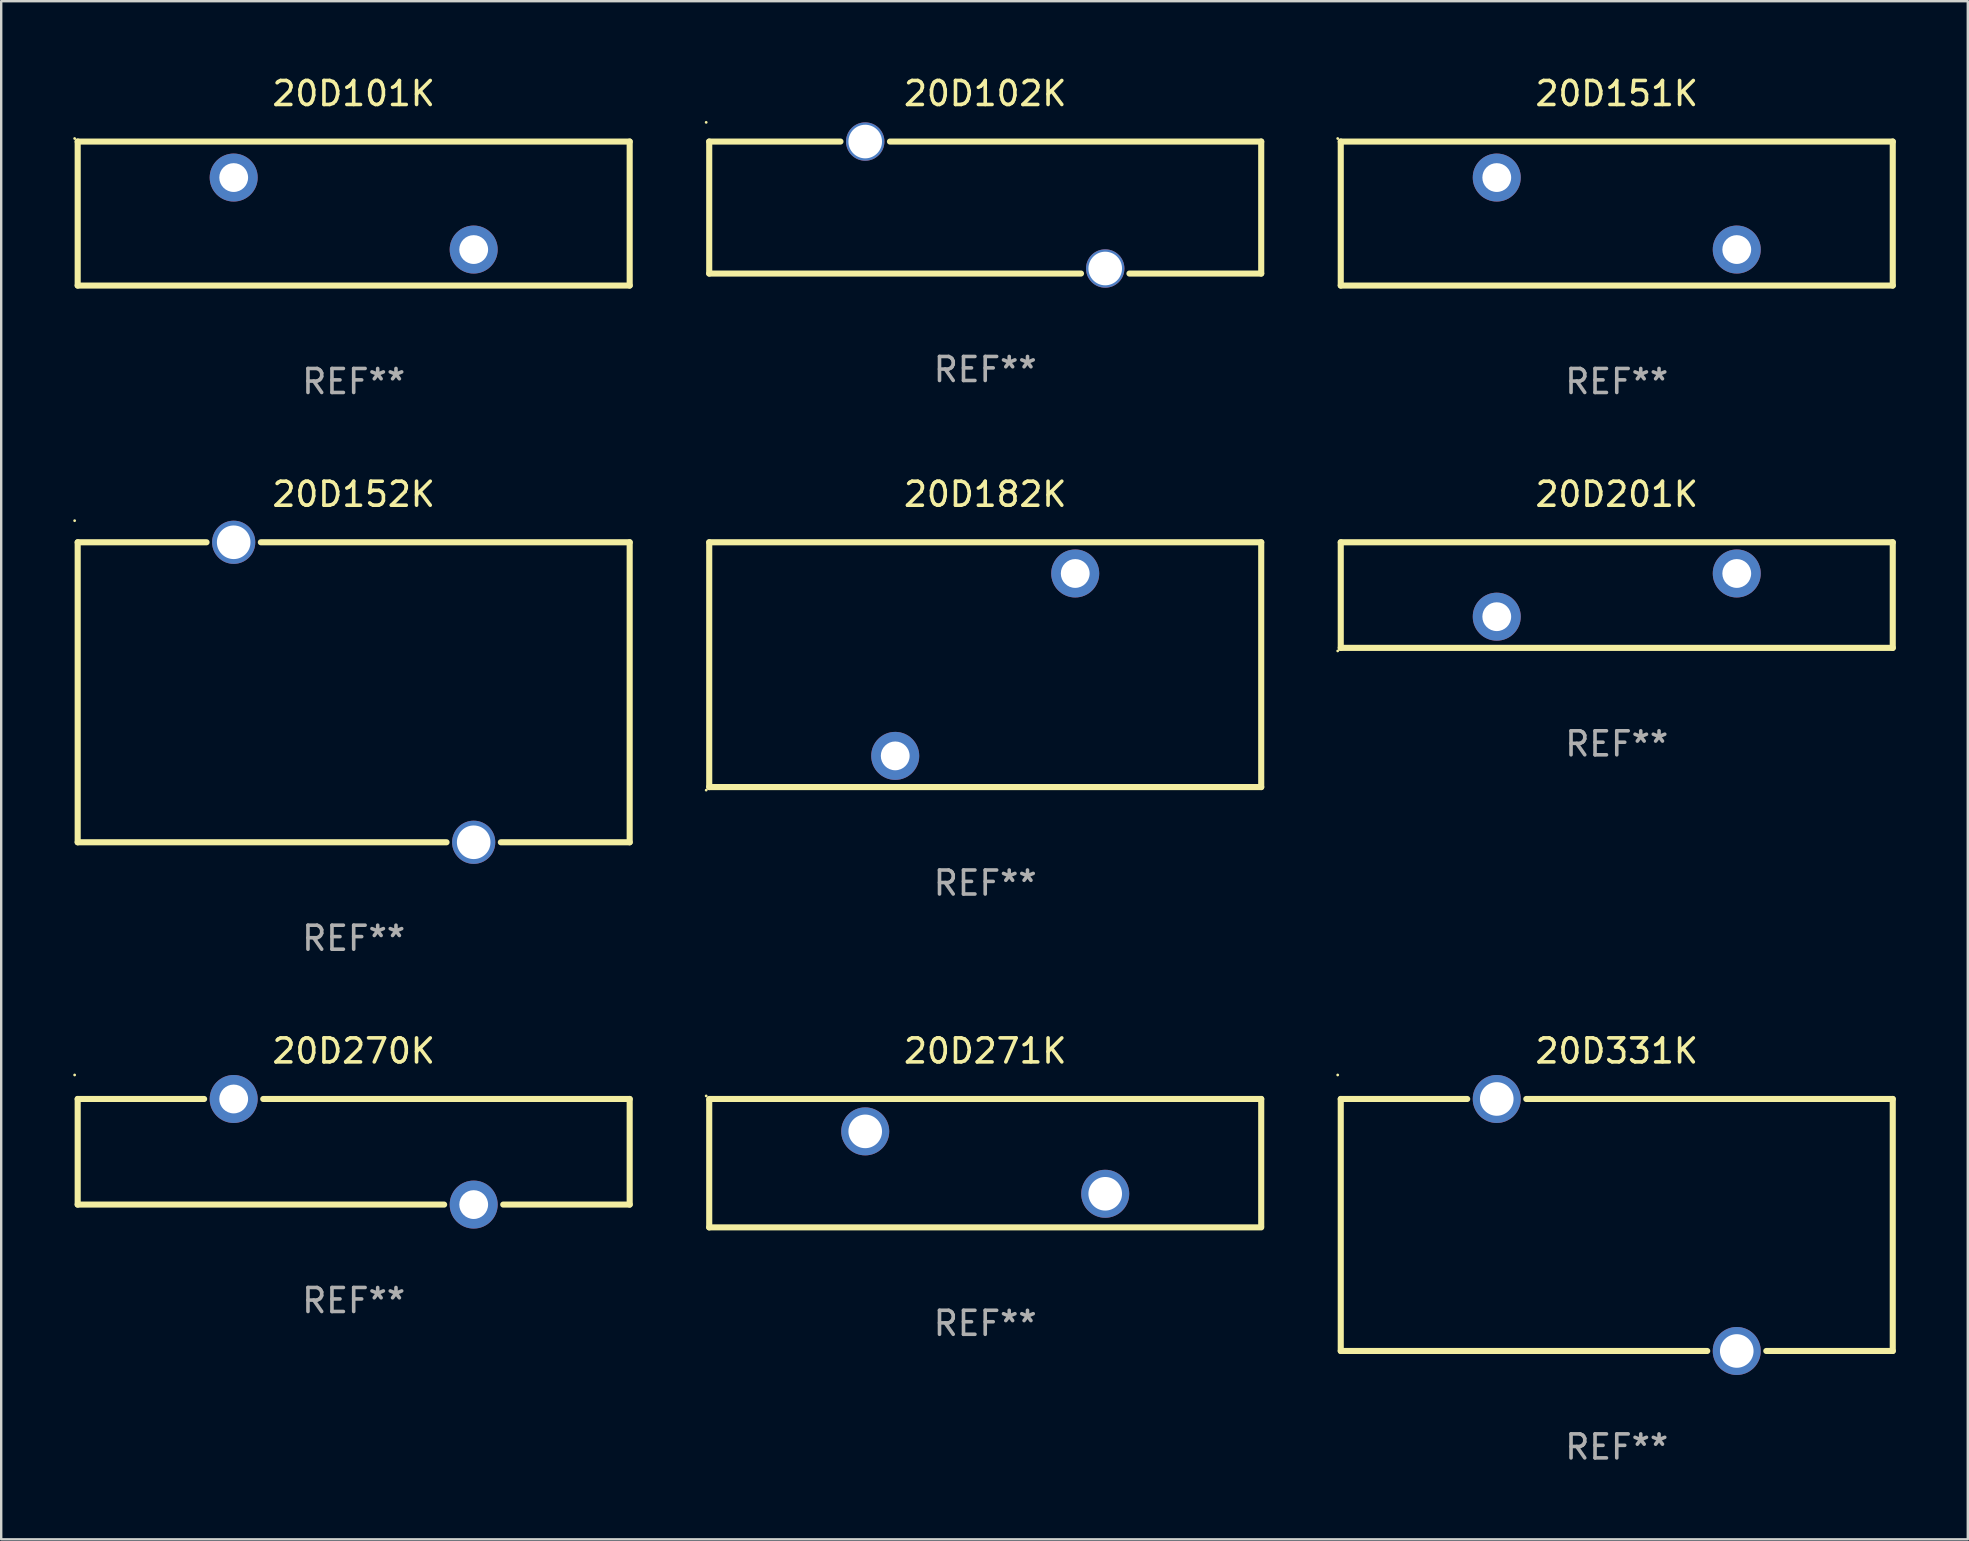
<source format=kicad_pcb>
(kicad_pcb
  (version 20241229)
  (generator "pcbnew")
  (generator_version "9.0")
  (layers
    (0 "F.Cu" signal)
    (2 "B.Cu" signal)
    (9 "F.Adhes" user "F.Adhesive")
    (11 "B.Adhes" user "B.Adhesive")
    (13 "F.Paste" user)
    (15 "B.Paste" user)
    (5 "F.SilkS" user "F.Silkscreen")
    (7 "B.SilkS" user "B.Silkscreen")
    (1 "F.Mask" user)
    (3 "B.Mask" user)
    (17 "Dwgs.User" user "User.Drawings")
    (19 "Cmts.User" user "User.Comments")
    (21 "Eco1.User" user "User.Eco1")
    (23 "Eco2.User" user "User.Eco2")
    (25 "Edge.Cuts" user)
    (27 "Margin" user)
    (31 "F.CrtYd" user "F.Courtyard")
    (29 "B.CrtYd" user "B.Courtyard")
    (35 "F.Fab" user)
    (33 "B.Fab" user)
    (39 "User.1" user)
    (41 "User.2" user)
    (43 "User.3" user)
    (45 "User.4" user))
  (footprint "20D271K"
    (layer "F.Cu")
    (at 38.001 45.416)
    (property "Reference" "20D271K" (at 0 -4.675 0) (layer "F.SilkS") (effects (font (size 1 1) (thickness 0.15))))
    (attr through_hole)
    (fp_line (start -11.5 -2.675) (end 11.5 -2.675) (stroke (width 0.254) (type solid)) (layer "F.SilkS"))
    (fp_line (start -11.5 2.675) (end -11.5 -2.625) (stroke (width 0.254) (type solid)) (layer "F.SilkS"))
    (fp_line (start 11.5 -2.675) (end 11.5 2.625) (stroke (width 0.254) (type solid)) (layer "F.SilkS"))
    (fp_line (start 11.5 2.675) (end -11.5 2.675) (stroke (width 0.254) (type solid)) (layer "F.SilkS"))
    (fp_circle (center -11.627 -2.802) (end -11.597 -2.802) (stroke (width 0.06) (type solid)) (fill no) (layer "F.SilkS"))
    (fp_text user "REF**" (at 0 6.675 0) (layer "F.Fab") (effects (font (size 1 1) (thickness 0.15))))
    (pad "1" thru_hole circle (at -5 -1.325) (size 2 2) (drill 1.4) (layers "*.Cu" "*.Mask"))
    (pad "2" thru_hole circle (at 5 1.275) (size 2 2) (drill 1.4) (layers "*.Cu" "*.Mask")))
  (footprint "20D101K"
    (layer "F.Cu")
    (at 11.687 5.848)
    (property "Reference" "20D101K" (at 0 -5 0) (layer "F.SilkS") (effects (font (size 1 1) (thickness 0.15))))
    (attr through_hole)
    (fp_line (start -11.5 -3) (end 11.5 -3) (stroke (width 0.254) (type solid)) (layer "F.SilkS"))
    (fp_line (start -11.5 3) (end -11.5 -3) (stroke (width 0.254) (type solid)) (layer "F.SilkS"))
    (fp_line (start 11.5 -3) (end 11.5 3) (stroke (width 0.254) (type solid)) (layer "F.SilkS"))
    (fp_line (start 11.5 3) (end -11.5 3) (stroke (width 0.254) (type solid)) (layer "F.SilkS"))
    (fp_circle (center -11.627 -3.127) (end -11.597 -3.127) (stroke (width 0.06) (type solid)) (fill no) (layer "F.SilkS"))
    (fp_text user "REF**" (at 0 7 0) (layer "F.Fab") (effects (font (size 1 1) (thickness 0.15))))
    (pad "1" thru_hole circle (at -5 -1.5) (size 2 2) (drill 1.2) (layers "*.Cu" "*.Mask"))
    (pad "2" thru_hole circle (at 5 1.5) (size 2 2) (drill 1.2) (layers "*.Cu" "*.Mask")))
  (footprint "20D102K"
    (layer "F.Cu")
    (at 38.001 5.598)
    (property "Reference" "20D102K" (at 0 -4.75 0) (layer "F.SilkS") (effects (font (size 1 1) (thickness 0.15))))
    (attr through_hole)
    (fp_line (start -11.5 -2.75) (end -6.031 -2.75) (stroke (width 0.254) (type solid)) (layer "F.SilkS"))
    (fp_line (start -11.5 2.75) (end -11.5 -2.75) (stroke (width 0.254) (type solid)) (layer "F.SilkS"))
    (fp_line (start -3.969 -2.75) (end 11.5 -2.75) (stroke (width 0.254) (type solid)) (layer "F.SilkS"))
    (fp_line (start 3.991 2.75) (end -11.5 2.75) (stroke (width 0.254) (type solid)) (layer "F.SilkS"))
    (fp_line (start 11.5 -2.75) (end 11.5 2.75) (stroke (width 0.254) (type solid)) (layer "F.SilkS"))
    (fp_line (start 11.5 2.75) (end 6.009 2.75) (stroke (width 0.254) (type solid)) (layer "F.SilkS"))
    (fp_circle (center -11.627 -3.55) (end -11.597 -3.55) (stroke (width 0.06) (type solid)) (fill no) (layer "F.SilkS"))
    (fp_text user "REF**" (at 0 6.75 0) (layer "F.Fab") (effects (font (size 1 1) (thickness 0.15))))
    (pad "1" thru_hole circle (at -5 -2.75) (size 1.6 1.6) (drill 1.4) (layers "*.Cu" "*.Mask"))
    (pad "2" thru_hole circle (at 5 2.54) (size 1.6 1.6) (drill 1.4) (layers "*.Cu" "*.Mask")))
  (footprint "20D201K"
    (layer "F.Cu")
    (at 64.315 21.745)
    (property "Reference" "20D201K" (at 0 -4.2 0) (layer "F.SilkS") (effects (font (size 1 1) (thickness 0.15))))
    (attr through_hole)
    (fp_line (start -11.5 -2.2) (end -11.5 2.2) (stroke (width 0.254) (type solid)) (layer "F.SilkS"))
    (fp_line (start -11.5 2.2) (end 11.5 2.2) (stroke (width 0.254) (type solid)) (layer "F.SilkS"))
    (fp_line (start 11.5 2.2) (end 11.5 -2.2) (stroke (width 0.254) (type solid)) (layer "F.SilkS"))
    (fp_line (start 11.5 -2.2) (end -11.5 -2.2) (stroke (width 0.254) (type solid)) (layer "F.SilkS"))
    (fp_circle (center -11.627 2.327) (end -11.597 2.327) (stroke (width 0.06) (type solid)) (fill no) (layer "F.SilkS"))
    (fp_text user "REF**" (at 0 6.2 0) (layer "F.Fab") (effects (font (size 1 1) (thickness 0.15))))
    (pad "1" thru_hole circle (at -5 0.9) (size 2 2) (drill 1.2) (layers "*.Cu" "*.Mask"))
    (pad "2" thru_hole circle (at 5 -0.9) (size 2 2) (drill 1.2) (layers "*.Cu" "*.Mask")))
  (footprint "20D270K"
    (layer "F.Cu")
    (at 11.687 44.941)
    (property "Reference" "20D270K" (at 0 -4.2 0) (layer "F.SilkS") (effects (font (size 1 1) (thickness 0.15))))
    (attr through_hole)
    (fp_line (start -11.5 -2.2) (end -11.5 2.2) (stroke (width 0.254) (type solid)) (layer "F.SilkS"))
    (fp_line (start -11.5 -2.2) (end -6.231 -2.2) (stroke (width 0.254) (type solid)) (layer "F.SilkS"))
    (fp_line (start -11.5 2.2) (end 3.769 2.2) (stroke (width 0.254) (type solid)) (layer "F.SilkS"))
    (fp_line (start -3.769 -2.2) (end 11.5 -2.2) (stroke (width 0.254) (type solid)) (layer "F.SilkS"))
    (fp_line (start 6.231 2.2) (end 11.5 2.2) (stroke (width 0.254) (type solid)) (layer "F.SilkS"))
    (fp_line (start 11.5 -2.2) (end 11.5 2.2) (stroke (width 0.254) (type solid)) (layer "F.SilkS"))
    (fp_circle (center -11.627 -3.2) (end -11.597 -3.2) (stroke (width 0.06) (type solid)) (fill no) (layer "F.SilkS"))
    (fp_text user "REF**" (at 0 6.2 0) (layer "F.Fab") (effects (font (size 1 1) (thickness 0.15))))
    (pad "1" thru_hole circle (at -5 -2.2) (size 2 2) (drill 1.2) (layers "*.Cu" "*.Mask"))
    (pad "2" thru_hole circle (at 5 2.2) (size 2 2) (drill 1.2) (layers "*.Cu" "*.Mask")))
  (footprint "20D152K"
    (layer "F.Cu")
    (at 11.687 25.795)
    (property "Reference" "20D152K" (at 0 -8.25 0) (layer "F.SilkS") (effects (font (size 1 1) (thickness 0.15))))
    (attr through_hole)
    (fp_line (start -11.5 -6.25) (end -6.131 -6.25) (stroke (width 0.254) (type solid)) (layer "F.SilkS"))
    (fp_line (start -11.5 6.25) (end -11.5 -6.25) (stroke (width 0.254) (type solid)) (layer "F.SilkS"))
    (fp_line (start -11.5 6.25) (end 3.869 6.25) (stroke (width 0.254) (type solid)) (layer "F.SilkS"))
    (fp_line (start -3.869 -6.25) (end 11.5 -6.25) (stroke (width 0.254) (type solid)) (layer "F.SilkS"))
    (fp_line (start 6.131 6.25) (end 11.5 6.25) (stroke (width 0.254) (type solid)) (layer "F.SilkS"))
    (fp_line (start 11.5 -6.25) (end 11.5 6.25) (stroke (width 0.254) (type solid)) (layer "F.SilkS"))
    (fp_circle (center -11.627 -7.15) (end -11.597 -7.15) (stroke (width 0.06) (type solid)) (fill no) (layer "F.SilkS"))
    (fp_text user "REF**" (at 0 10.25 0) (layer "F.Fab") (effects (font (size 1 1) (thickness 0.15))))
    (pad "1" thru_hole circle (at -5 -6.25) (size 1.8 1.8) (drill 1.4) (layers "*.Cu" "*.Mask"))
    (pad "2" thru_hole circle (at 5 6.25) (size 1.8 1.8) (drill 1.4) (layers "*.Cu" "*.Mask")))
  (footprint "20D151K"
    (layer "F.Cu")
    (at 64.315 5.848)
    (property "Reference" "20D151K" (at 0 -5 0) (layer "F.SilkS") (effects (font (size 1 1) (thickness 0.15))))
    (attr through_hole)
    (fp_line (start -11.5 -3) (end 11.5 -3) (stroke (width 0.254) (type solid)) (layer "F.SilkS"))
    (fp_line (start -11.5 3) (end -11.5 -3) (stroke (width 0.254) (type solid)) (layer "F.SilkS"))
    (fp_line (start 11.5 -3) (end 11.5 3) (stroke (width 0.254) (type solid)) (layer "F.SilkS"))
    (fp_line (start 11.5 3) (end -11.5 3) (stroke (width 0.254) (type solid)) (layer "F.SilkS"))
    (fp_circle (center -11.627 -3.127) (end -11.597 -3.127) (stroke (width 0.06) (type solid)) (fill no) (layer "F.SilkS"))
    (fp_text user "REF**" (at 0 7 0) (layer "F.Fab") (effects (font (size 1 1) (thickness 0.15))))
    (pad "1" thru_hole circle (at -5 -1.5) (size 2 2) (drill 1.2) (layers "*.Cu" "*.Mask"))
    (pad "2" thru_hole circle (at 5 1.5) (size 2 2) (drill 1.2) (layers "*.Cu" "*.Mask")))
  (footprint "20D182K"
    (layer "F.Cu")
    (at 38.001 24.645)
    (property "Reference" "20D182K" (at 0 -7.1 0) (layer "F.SilkS") (effects (font (size 1 1) (thickness 0.15))))
    (attr through_hole)
    (fp_line (start -11.5 -5.1) (end -11.5 5.1) (stroke (width 0.254) (type solid)) (layer "F.SilkS"))
    (fp_line (start -11.5 5.1) (end 11.5 5.1) (stroke (width 0.254) (type solid)) (layer "F.SilkS"))
    (fp_line (start 11.5 5.1) (end 11.5 -5.1) (stroke (width 0.254) (type solid)) (layer "F.SilkS"))
    (fp_line (start 11.5 -5.1) (end -11.5 -5.1) (stroke (width 0.254) (type solid)) (layer "F.SilkS"))
    (fp_circle (center -11.627 5.227) (end -11.597 5.227) (stroke (width 0.06) (type solid)) (fill no) (layer "F.SilkS"))
    (fp_text user "REF**" (at 0 9.1 0) (layer "F.Fab") (effects (font (size 1 1) (thickness 0.15))))
    (pad "1" thru_hole circle (at -3.75 3.8) (size 2 2) (drill 1.2) (layers "*.Cu" "*.Mask"))
    (pad "2" thru_hole circle (at 3.75 -3.8) (size 2 2) (drill 1.2) (layers "*.Cu" "*.Mask")))
  (footprint "20D331K"
    (layer "F.Cu")
    (at 64.315 47.991)
    (property "Reference" "20D331K" (at 0 -7.25 0) (layer "F.SilkS") (effects (font (size 1 1) (thickness 0.15))))
    (attr through_hole)
    (fp_line (start -11.5 -5.25) (end -6.231 -5.25) (stroke (width 0.254) (type solid)) (layer "F.SilkS"))
    (fp_line (start -11.5 5.25) (end -11.5 -5.25) (stroke (width 0.254) (type solid)) (layer "F.SilkS"))
    (fp_line (start -11.5 5.25) (end 3.769 5.25) (stroke (width 0.254) (type solid)) (layer "F.SilkS"))
    (fp_line (start -3.769 -5.25) (end 11.5 -5.25) (stroke (width 0.254) (type solid)) (layer "F.SilkS"))
    (fp_line (start 6.231 5.25) (end 11.5 5.25) (stroke (width 0.254) (type solid)) (layer "F.SilkS"))
    (fp_line (start 11.5 -5.25) (end 11.5 5.25) (stroke (width 0.254) (type solid)) (layer "F.SilkS"))
    (fp_circle (center -11.627 -6.25) (end -11.597 -6.25) (stroke (width 0.06) (type solid)) (fill no) (layer "F.SilkS"))
    (fp_text user "REF**" (at 0 9.25 0) (layer "F.Fab") (effects (font (size 1 1) (thickness 0.15))))
    (pad "1" thru_hole circle (at -5 -5.25) (size 2 2) (drill 1.4) (layers "*.Cu" "*.Mask"))
    (pad "2" thru_hole circle (at 5 5.25) (size 2 2) (drill 1.4) (layers "*.Cu" "*.Mask")))
  (gr_rect
    (start -3 -3)
    (end 78.942 61.09)
    (stroke (width 0.1) (type default))
    (fill no)
    (layer "Edge.Cuts")))
</source>
